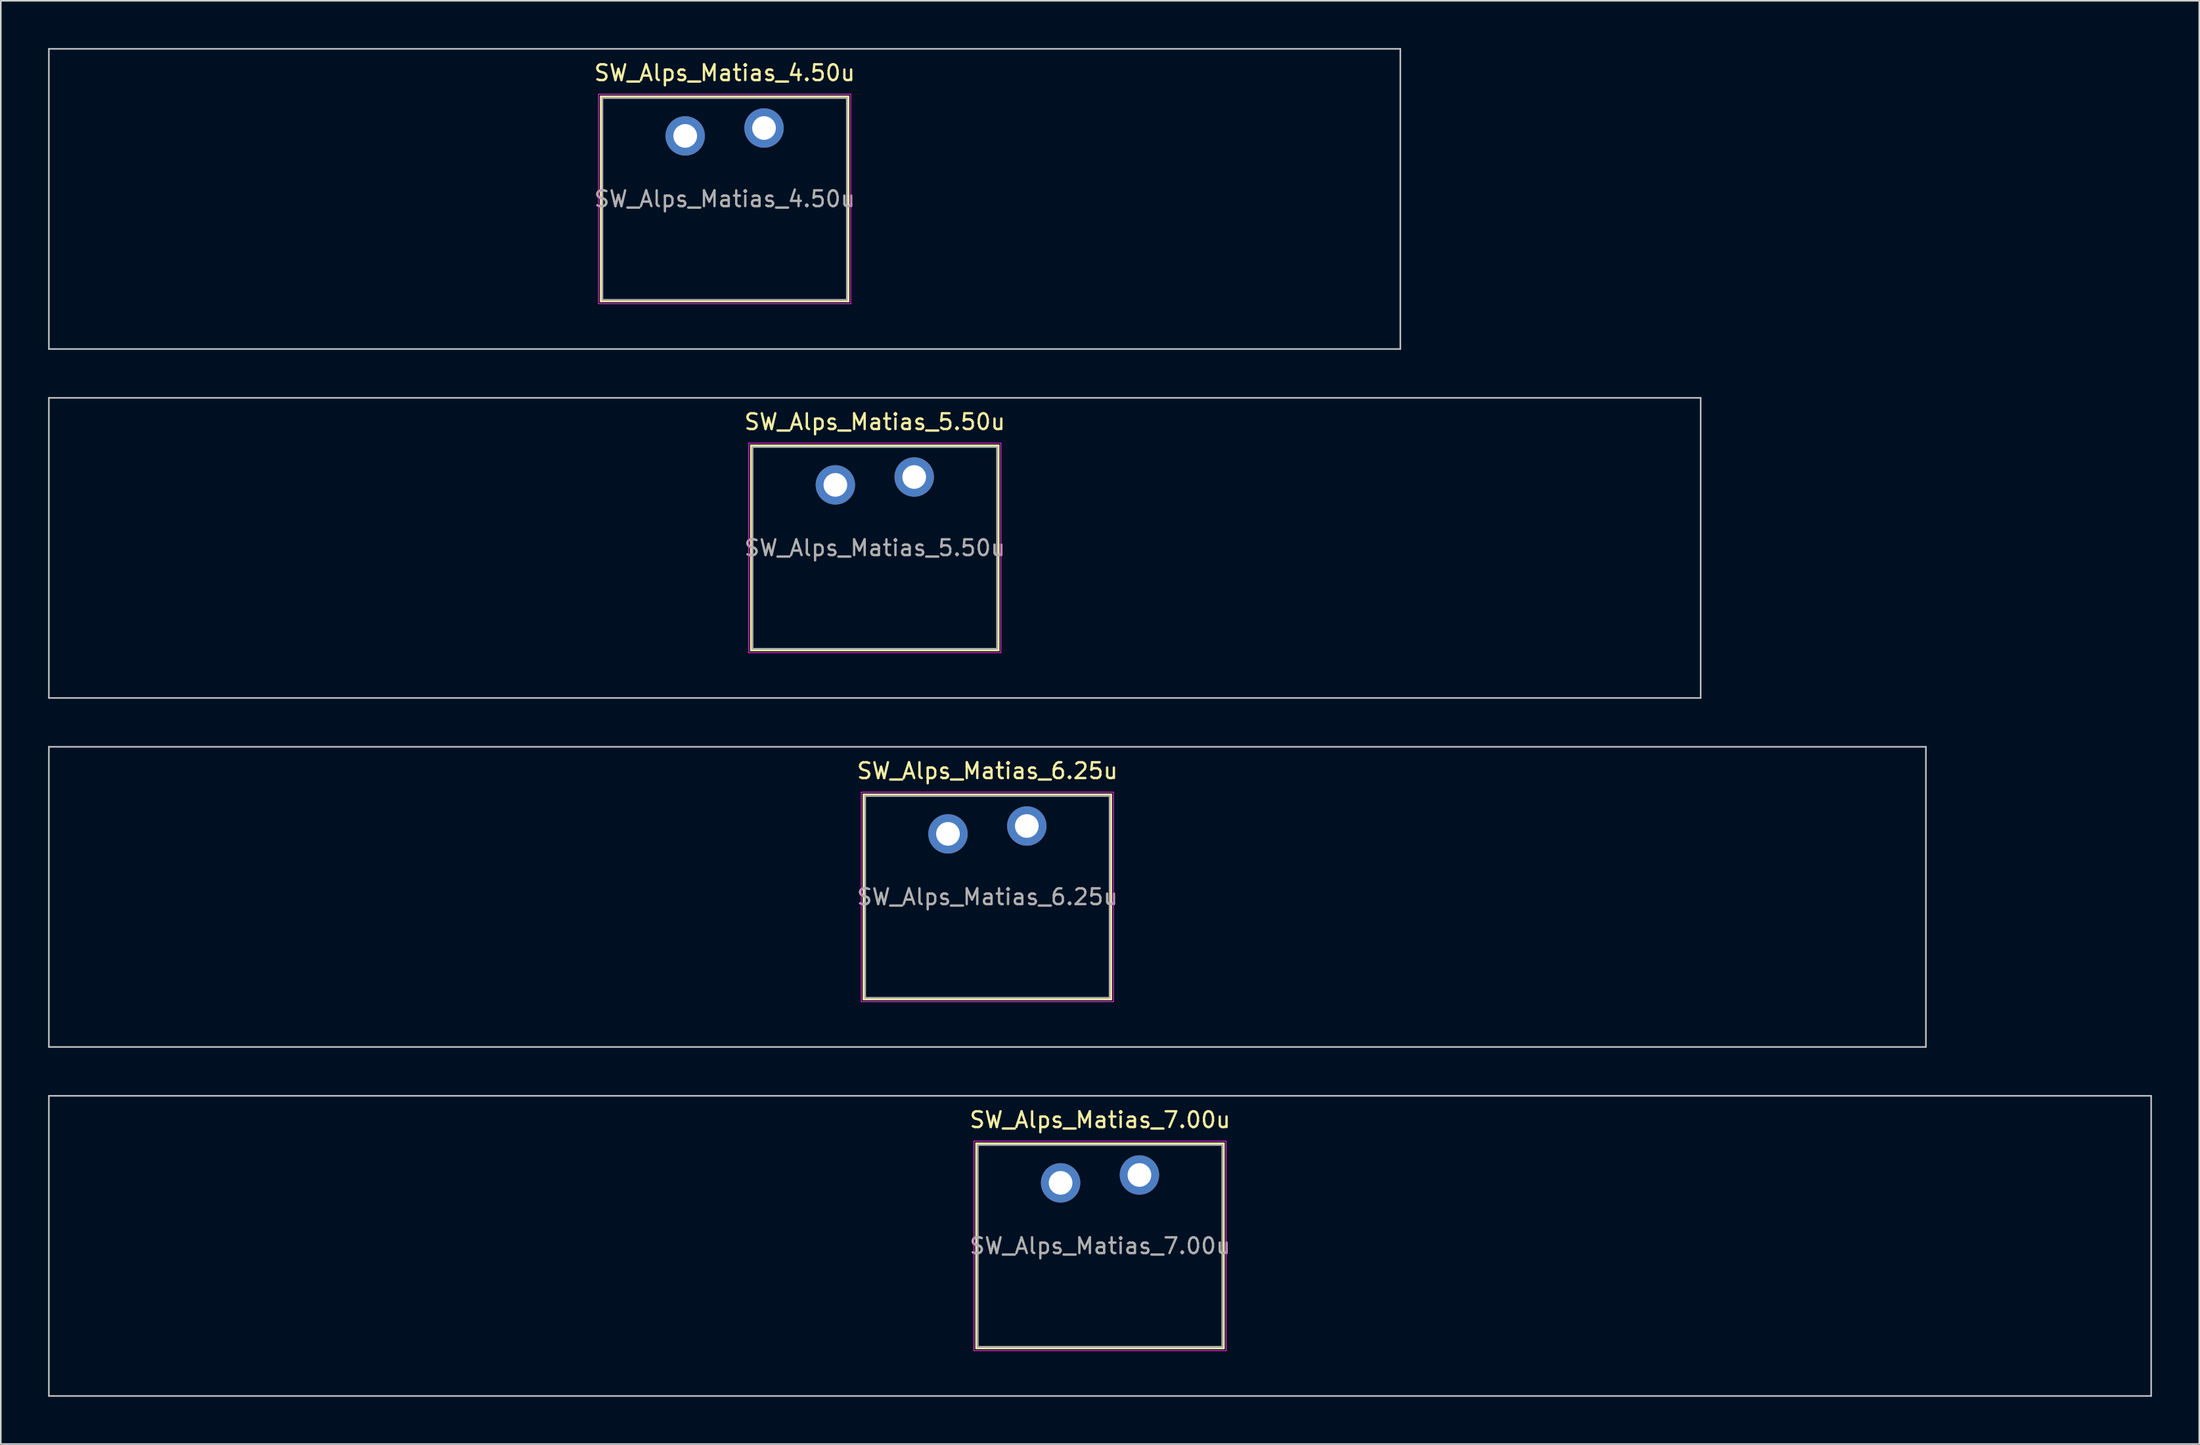
<source format=kicad_pcb>
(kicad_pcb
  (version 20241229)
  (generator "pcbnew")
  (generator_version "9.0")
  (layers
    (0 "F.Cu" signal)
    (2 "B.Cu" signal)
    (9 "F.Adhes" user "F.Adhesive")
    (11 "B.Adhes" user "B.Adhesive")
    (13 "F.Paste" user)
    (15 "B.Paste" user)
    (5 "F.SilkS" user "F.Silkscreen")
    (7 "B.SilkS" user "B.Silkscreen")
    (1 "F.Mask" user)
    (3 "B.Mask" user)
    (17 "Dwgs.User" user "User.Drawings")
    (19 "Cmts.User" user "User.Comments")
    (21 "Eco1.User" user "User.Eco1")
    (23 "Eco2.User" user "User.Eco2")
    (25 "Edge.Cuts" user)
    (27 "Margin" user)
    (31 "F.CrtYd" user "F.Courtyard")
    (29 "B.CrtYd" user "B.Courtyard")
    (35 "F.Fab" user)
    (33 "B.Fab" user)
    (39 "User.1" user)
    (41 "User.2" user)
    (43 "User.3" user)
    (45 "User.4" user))
  (footprint "SW_Alps_Matias_6.25u"
    (layer "F.Cu")
    (at 59.581 53.875)
    (property "Reference" "SW_Alps_Matias_6.25u" (at 0 -8 0) (layer "F.SilkS") (effects (font (size 1 1) (thickness 0.15))))
    (attr through_hole)
    (fp_line (start -7.85 -6.5) (end -7.85 6.5) (stroke (width 0.12) (type solid)) (layer "F.SilkS"))
    (fp_line (start -7.85 6.5) (end 7.85 6.5) (stroke (width 0.12) (type solid)) (layer "F.SilkS"))
    (fp_line (start 7.85 -6.5) (end -7.85 -6.5) (stroke (width 0.12) (type solid)) (layer "F.SilkS"))
    (fp_line (start 7.85 6.5) (end 7.85 -6.5) (stroke (width 0.12) (type solid)) (layer "F.SilkS"))
    (fp_line (start -59.531 -9.525) (end -59.531 9.525) (stroke (width 0.1) (type solid)) (layer "Dwgs.User"))
    (fp_line (start -59.531 9.525) (end 59.531 9.525) (stroke (width 0.1) (type solid)) (layer "Dwgs.User"))
    (fp_line (start 59.531 -9.525) (end -59.531 -9.525) (stroke (width 0.1) (type solid)) (layer "Dwgs.User"))
    (fp_line (start 59.531 9.525) (end 59.531 -9.525) (stroke (width 0.1) (type solid)) (layer "Dwgs.User"))
    (fp_line (start -7.75 -6.4) (end -7.75 6.4) (stroke (width 0.1) (type solid)) (layer "Eco1.User"))
    (fp_line (start -7.75 6.4) (end 7.75 6.4) (stroke (width 0.1) (type solid)) (layer "Eco1.User"))
    (fp_line (start 7.75 -6.4) (end -7.75 -6.4) (stroke (width 0.1) (type solid)) (layer "Eco1.User"))
    (fp_line (start 7.75 6.4) (end 7.75 -6.4) (stroke (width 0.1) (type solid)) (layer "Eco1.User"))
    (fp_line (start -8 -6.65) (end -8 6.65) (stroke (width 0.05) (type solid)) (layer "F.CrtYd"))
    (fp_line (start -8 6.65) (end 8 6.65) (stroke (width 0.05) (type solid)) (layer "F.CrtYd"))
    (fp_line (start 8 -6.65) (end -8 -6.65) (stroke (width 0.05) (type solid)) (layer "F.CrtYd"))
    (fp_line (start 8 6.65) (end 8 -6.65) (stroke (width 0.05) (type solid)) (layer "F.CrtYd"))
    (fp_line (start -7.75 -6.4) (end -7.75 6.4) (stroke (width 0.1) (type solid)) (layer "F.Fab"))
    (fp_line (start -7.75 6.4) (end 7.75 6.4) (stroke (width 0.1) (type solid)) (layer "F.Fab"))
    (fp_line (start 7.75 -6.4) (end -7.75 -6.4) (stroke (width 0.1) (type solid)) (layer "F.Fab"))
    (fp_line (start 7.75 6.4) (end 7.75 -6.4) (stroke (width 0.1) (type solid)) (layer "F.Fab"))
    (fp_text user "${REFERENCE}" (at 0 0 0) (layer "F.Fab") (effects (font (size 1 1) (thickness 0.15))))
    (pad "" smd circle (at -2.5 -4) (size 1.55 1.55) (layers "F.Mask"))
    (pad "" smd circle (at 2.5 -4.5) (size 1.55 1.55) (layers "F.Mask"))
    (pad "1" thru_hole circle (at -2.5 -4) (size 2.5 2.5) (drill 1.5) (layers "*.Cu" "B.Mask"))
    (pad "2" thru_hole circle (at 2.5 -4.5) (size 2.5 2.5) (drill 1.5) (layers "*.Cu" "B.Mask")))
  (footprint "SW_Alps_Matias_5.50u"
    (layer "F.Cu")
    (at 52.438 31.725)
    (property "Reference" "SW_Alps_Matias_5.50u" (at 0 -8 0) (layer "F.SilkS") (effects (font (size 1 1) (thickness 0.15))))
    (attr through_hole)
    (fp_line (start -7.85 -6.5) (end -7.85 6.5) (stroke (width 0.12) (type solid)) (layer "F.SilkS"))
    (fp_line (start -7.85 6.5) (end 7.85 6.5) (stroke (width 0.12) (type solid)) (layer "F.SilkS"))
    (fp_line (start 7.85 -6.5) (end -7.85 -6.5) (stroke (width 0.12) (type solid)) (layer "F.SilkS"))
    (fp_line (start 7.85 6.5) (end 7.85 -6.5) (stroke (width 0.12) (type solid)) (layer "F.SilkS"))
    (fp_line (start -52.388 -9.525) (end -52.388 9.525) (stroke (width 0.1) (type solid)) (layer "Dwgs.User"))
    (fp_line (start -52.388 9.525) (end 52.388 9.525) (stroke (width 0.1) (type solid)) (layer "Dwgs.User"))
    (fp_line (start 52.388 -9.525) (end -52.388 -9.525) (stroke (width 0.1) (type solid)) (layer "Dwgs.User"))
    (fp_line (start 52.388 9.525) (end 52.388 -9.525) (stroke (width 0.1) (type solid)) (layer "Dwgs.User"))
    (fp_line (start -7.75 -6.4) (end -7.75 6.4) (stroke (width 0.1) (type solid)) (layer "Eco1.User"))
    (fp_line (start -7.75 6.4) (end 7.75 6.4) (stroke (width 0.1) (type solid)) (layer "Eco1.User"))
    (fp_line (start 7.75 -6.4) (end -7.75 -6.4) (stroke (width 0.1) (type solid)) (layer "Eco1.User"))
    (fp_line (start 7.75 6.4) (end 7.75 -6.4) (stroke (width 0.1) (type solid)) (layer "Eco1.User"))
    (fp_line (start -8 -6.65) (end -8 6.65) (stroke (width 0.05) (type solid)) (layer "F.CrtYd"))
    (fp_line (start -8 6.65) (end 8 6.65) (stroke (width 0.05) (type solid)) (layer "F.CrtYd"))
    (fp_line (start 8 -6.65) (end -8 -6.65) (stroke (width 0.05) (type solid)) (layer "F.CrtYd"))
    (fp_line (start 8 6.65) (end 8 -6.65) (stroke (width 0.05) (type solid)) (layer "F.CrtYd"))
    (fp_line (start -7.75 -6.4) (end -7.75 6.4) (stroke (width 0.1) (type solid)) (layer "F.Fab"))
    (fp_line (start -7.75 6.4) (end 7.75 6.4) (stroke (width 0.1) (type solid)) (layer "F.Fab"))
    (fp_line (start 7.75 -6.4) (end -7.75 -6.4) (stroke (width 0.1) (type solid)) (layer "F.Fab"))
    (fp_line (start 7.75 6.4) (end 7.75 -6.4) (stroke (width 0.1) (type solid)) (layer "F.Fab"))
    (fp_text user "${REFERENCE}" (at 0 0 0) (layer "F.Fab") (effects (font (size 1 1) (thickness 0.15))))
    (pad "" smd circle (at -2.5 -4) (size 1.55 1.55) (layers "F.Mask"))
    (pad "" smd circle (at 2.5 -4.5) (size 1.55 1.55) (layers "F.Mask"))
    (pad "1" thru_hole circle (at -2.5 -4) (size 2.5 2.5) (drill 1.5) (layers "*.Cu" "B.Mask"))
    (pad "2" thru_hole circle (at 2.5 -4.5) (size 2.5 2.5) (drill 1.5) (layers "*.Cu" "B.Mask")))
  (footprint "SW_Alps_Matias_7.00u"
    (layer "F.Cu")
    (at 66.725 76.025)
    (property "Reference" "SW_Alps_Matias_7.00u" (at 0 -8 0) (layer "F.SilkS") (effects (font (size 1 1) (thickness 0.15))))
    (attr through_hole)
    (fp_line (start -7.85 -6.5) (end -7.85 6.5) (stroke (width 0.12) (type solid)) (layer "F.SilkS"))
    (fp_line (start -7.85 6.5) (end 7.85 6.5) (stroke (width 0.12) (type solid)) (layer "F.SilkS"))
    (fp_line (start 7.85 -6.5) (end -7.85 -6.5) (stroke (width 0.12) (type solid)) (layer "F.SilkS"))
    (fp_line (start 7.85 6.5) (end 7.85 -6.5) (stroke (width 0.12) (type solid)) (layer "F.SilkS"))
    (fp_line (start -66.675 -9.525) (end -66.675 9.525) (stroke (width 0.1) (type solid)) (layer "Dwgs.User"))
    (fp_line (start -66.675 9.525) (end 66.675 9.525) (stroke (width 0.1) (type solid)) (layer "Dwgs.User"))
    (fp_line (start 66.675 -9.525) (end -66.675 -9.525) (stroke (width 0.1) (type solid)) (layer "Dwgs.User"))
    (fp_line (start 66.675 9.525) (end 66.675 -9.525) (stroke (width 0.1) (type solid)) (layer "Dwgs.User"))
    (fp_line (start -7.75 -6.4) (end -7.75 6.4) (stroke (width 0.1) (type solid)) (layer "Eco1.User"))
    (fp_line (start -7.75 6.4) (end 7.75 6.4) (stroke (width 0.1) (type solid)) (layer "Eco1.User"))
    (fp_line (start 7.75 -6.4) (end -7.75 -6.4) (stroke (width 0.1) (type solid)) (layer "Eco1.User"))
    (fp_line (start 7.75 6.4) (end 7.75 -6.4) (stroke (width 0.1) (type solid)) (layer "Eco1.User"))
    (fp_line (start -8 -6.65) (end -8 6.65) (stroke (width 0.05) (type solid)) (layer "F.CrtYd"))
    (fp_line (start -8 6.65) (end 8 6.65) (stroke (width 0.05) (type solid)) (layer "F.CrtYd"))
    (fp_line (start 8 -6.65) (end -8 -6.65) (stroke (width 0.05) (type solid)) (layer "F.CrtYd"))
    (fp_line (start 8 6.65) (end 8 -6.65) (stroke (width 0.05) (type solid)) (layer "F.CrtYd"))
    (fp_line (start -7.75 -6.4) (end -7.75 6.4) (stroke (width 0.1) (type solid)) (layer "F.Fab"))
    (fp_line (start -7.75 6.4) (end 7.75 6.4) (stroke (width 0.1) (type solid)) (layer "F.Fab"))
    (fp_line (start 7.75 -6.4) (end -7.75 -6.4) (stroke (width 0.1) (type solid)) (layer "F.Fab"))
    (fp_line (start 7.75 6.4) (end 7.75 -6.4) (stroke (width 0.1) (type solid)) (layer "F.Fab"))
    (fp_text user "${REFERENCE}" (at 0 0 0) (layer "F.Fab") (effects (font (size 1 1) (thickness 0.15))))
    (pad "" smd circle (at -2.5 -4) (size 1.55 1.55) (layers "F.Mask"))
    (pad "" smd circle (at 2.5 -4.5) (size 1.55 1.55) (layers "F.Mask"))
    (pad "1" thru_hole circle (at -2.5 -4) (size 2.5 2.5) (drill 1.5) (layers "*.Cu" "B.Mask"))
    (pad "2" thru_hole circle (at 2.5 -4.5) (size 2.5 2.5) (drill 1.5) (layers "*.Cu" "B.Mask")))
  (footprint "SW_Alps_Matias_4.50u"
    (layer "F.Cu")
    (at 42.913 9.575)
    (property "Reference" "SW_Alps_Matias_4.50u" (at 0 -8 0) (layer "F.SilkS") (effects (font (size 1 1) (thickness 0.15))))
    (attr through_hole)
    (fp_line (start -7.85 -6.5) (end -7.85 6.5) (stroke (width 0.12) (type solid)) (layer "F.SilkS"))
    (fp_line (start -7.85 6.5) (end 7.85 6.5) (stroke (width 0.12) (type solid)) (layer "F.SilkS"))
    (fp_line (start 7.85 -6.5) (end -7.85 -6.5) (stroke (width 0.12) (type solid)) (layer "F.SilkS"))
    (fp_line (start 7.85 6.5) (end 7.85 -6.5) (stroke (width 0.12) (type solid)) (layer "F.SilkS"))
    (fp_line (start -42.862 -9.525) (end -42.862 9.525) (stroke (width 0.1) (type solid)) (layer "Dwgs.User"))
    (fp_line (start -42.862 9.525) (end 42.862 9.525) (stroke (width 0.1) (type solid)) (layer "Dwgs.User"))
    (fp_line (start 42.862 -9.525) (end -42.862 -9.525) (stroke (width 0.1) (type solid)) (layer "Dwgs.User"))
    (fp_line (start 42.862 9.525) (end 42.862 -9.525) (stroke (width 0.1) (type solid)) (layer "Dwgs.User"))
    (fp_line (start -7.75 -6.4) (end -7.75 6.4) (stroke (width 0.1) (type solid)) (layer "Eco1.User"))
    (fp_line (start -7.75 6.4) (end 7.75 6.4) (stroke (width 0.1) (type solid)) (layer "Eco1.User"))
    (fp_line (start 7.75 -6.4) (end -7.75 -6.4) (stroke (width 0.1) (type solid)) (layer "Eco1.User"))
    (fp_line (start 7.75 6.4) (end 7.75 -6.4) (stroke (width 0.1) (type solid)) (layer "Eco1.User"))
    (fp_line (start -8 -6.65) (end -8 6.65) (stroke (width 0.05) (type solid)) (layer "F.CrtYd"))
    (fp_line (start -8 6.65) (end 8 6.65) (stroke (width 0.05) (type solid)) (layer "F.CrtYd"))
    (fp_line (start 8 -6.65) (end -8 -6.65) (stroke (width 0.05) (type solid)) (layer "F.CrtYd"))
    (fp_line (start 8 6.65) (end 8 -6.65) (stroke (width 0.05) (type solid)) (layer "F.CrtYd"))
    (fp_line (start -7.75 -6.4) (end -7.75 6.4) (stroke (width 0.1) (type solid)) (layer "F.Fab"))
    (fp_line (start -7.75 6.4) (end 7.75 6.4) (stroke (width 0.1) (type solid)) (layer "F.Fab"))
    (fp_line (start 7.75 -6.4) (end -7.75 -6.4) (stroke (width 0.1) (type solid)) (layer "F.Fab"))
    (fp_line (start 7.75 6.4) (end 7.75 -6.4) (stroke (width 0.1) (type solid)) (layer "F.Fab"))
    (fp_text user "${REFERENCE}" (at 0 0 0) (layer "F.Fab") (effects (font (size 1 1) (thickness 0.15))))
    (pad "" smd circle (at -2.5 -4) (size 1.55 1.55) (layers "F.Mask"))
    (pad "" smd circle (at 2.5 -4.5) (size 1.55 1.55) (layers "F.Mask"))
    (pad "1" thru_hole circle (at -2.5 -4) (size 2.5 2.5) (drill 1.5) (layers "*.Cu" "B.Mask"))
    (pad "2" thru_hole circle (at 2.5 -4.5) (size 2.5 2.5) (drill 1.5) (layers "*.Cu" "B.Mask")))
  (gr_rect
    (start -3 -3)
    (end 136.45 88.6)
    (stroke (width 0.1) (type default))
    (fill no)
    (layer "Edge.Cuts")))
</source>
